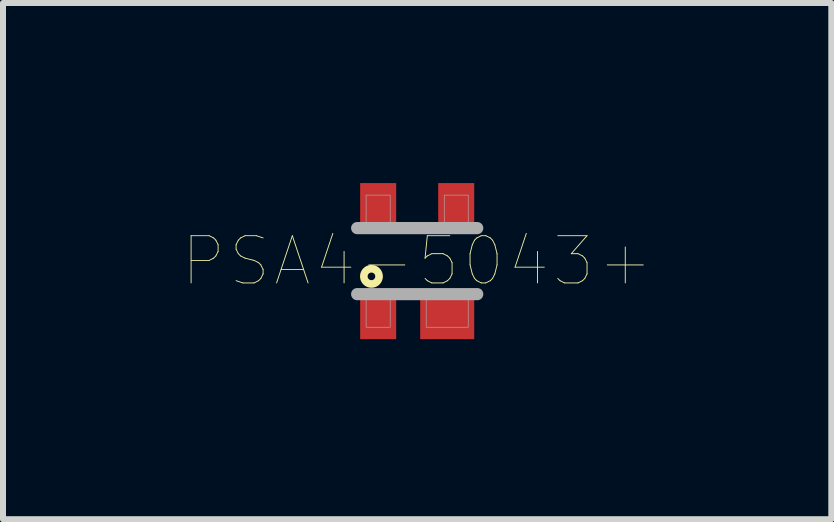
<source format=kicad_pcb>
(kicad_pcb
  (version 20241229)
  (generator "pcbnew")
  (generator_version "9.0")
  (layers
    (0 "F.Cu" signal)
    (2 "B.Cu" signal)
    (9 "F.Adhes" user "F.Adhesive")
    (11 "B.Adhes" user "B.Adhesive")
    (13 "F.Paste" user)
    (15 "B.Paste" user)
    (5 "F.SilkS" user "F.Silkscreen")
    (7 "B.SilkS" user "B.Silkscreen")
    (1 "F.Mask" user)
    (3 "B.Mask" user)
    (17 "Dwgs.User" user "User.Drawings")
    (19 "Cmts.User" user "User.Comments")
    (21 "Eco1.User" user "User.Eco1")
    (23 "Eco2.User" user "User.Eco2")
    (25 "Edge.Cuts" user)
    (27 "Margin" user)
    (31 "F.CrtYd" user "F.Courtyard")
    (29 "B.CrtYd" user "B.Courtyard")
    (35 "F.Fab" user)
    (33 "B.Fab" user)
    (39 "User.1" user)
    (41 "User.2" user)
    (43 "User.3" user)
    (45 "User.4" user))
  (footprint "PSA4-5043+"
    (layer "F.Cu")
    (at 3.9 1.3)
    (property "Reference" "PSA4-5043+" (at 0 0 0) (layer "F.SilkS") (effects (font (size 0.787 0.787) (thickness 0.015))))
    (attr through_hole)
    (fp_circle (center -0.762 0.254) (end -0.635 0.254) (stroke (width 0.127) (type solid)) (fill no) (layer "F.SilkS"))
    (fp_line (start -1 -0.55) (end 1 -0.55) (stroke (width 0.203) (type solid)) (layer "F.Fab"))
    (fp_line (start 1 0.55) (end -1 0.55) (stroke (width 0.203) (type solid)) (layer "F.Fab"))
    (fp_poly (pts (xy -0.851 -1.1) (xy -0.45 -1.1) (xy -0.45 -0.601) (xy -0.851 -0.601)) (stroke (width 0.01) (type solid)) (fill no) (layer "F.Fab"))
    (fp_poly (pts (xy -0.851 0.6) (xy -0.45 0.6) (xy -0.45 1.101) (xy -0.851 1.101)) (stroke (width 0.01) (type solid)) (fill no) (layer "F.Fab"))
    (fp_poly (pts (xy 0.15 0.6) (xy 0.85 0.6) (xy 0.85 1.101) (xy 0.15 1.101)) (stroke (width 0.01) (type solid)) (fill no) (layer "F.Fab"))
    (fp_poly (pts (xy 0.451 -1.1) (xy 0.85 -1.1) (xy 0.85 -0.601) (xy 0.451 -0.601)) (stroke (width 0.01) (type solid)) (fill no) (layer "F.Fab"))
    (pad "1" smd rect (at -0.65 0.9) (size 0.6 0.8) (layers "F.Cu" "F.Mask" "F.Paste"))
    (pad "2" smd rect (at 0.5 0.9) (size 0.9 0.8) (layers "F.Cu" "F.Mask" "F.Paste"))
    (pad "3" smd rect (at 0.65 -0.9) (size 0.6 0.8) (layers "F.Cu" "F.Mask" "F.Paste"))
    (pad "4" smd rect (at -0.65 -0.9) (size 0.6 0.8) (layers "F.Cu" "F.Mask" "F.Paste")))
  (gr_rect
    (start -3 -3)
    (end 10.799 5.6)
    (stroke (width 0.1) (type default))
    (fill no)
    (layer "Edge.Cuts")))
</source>
